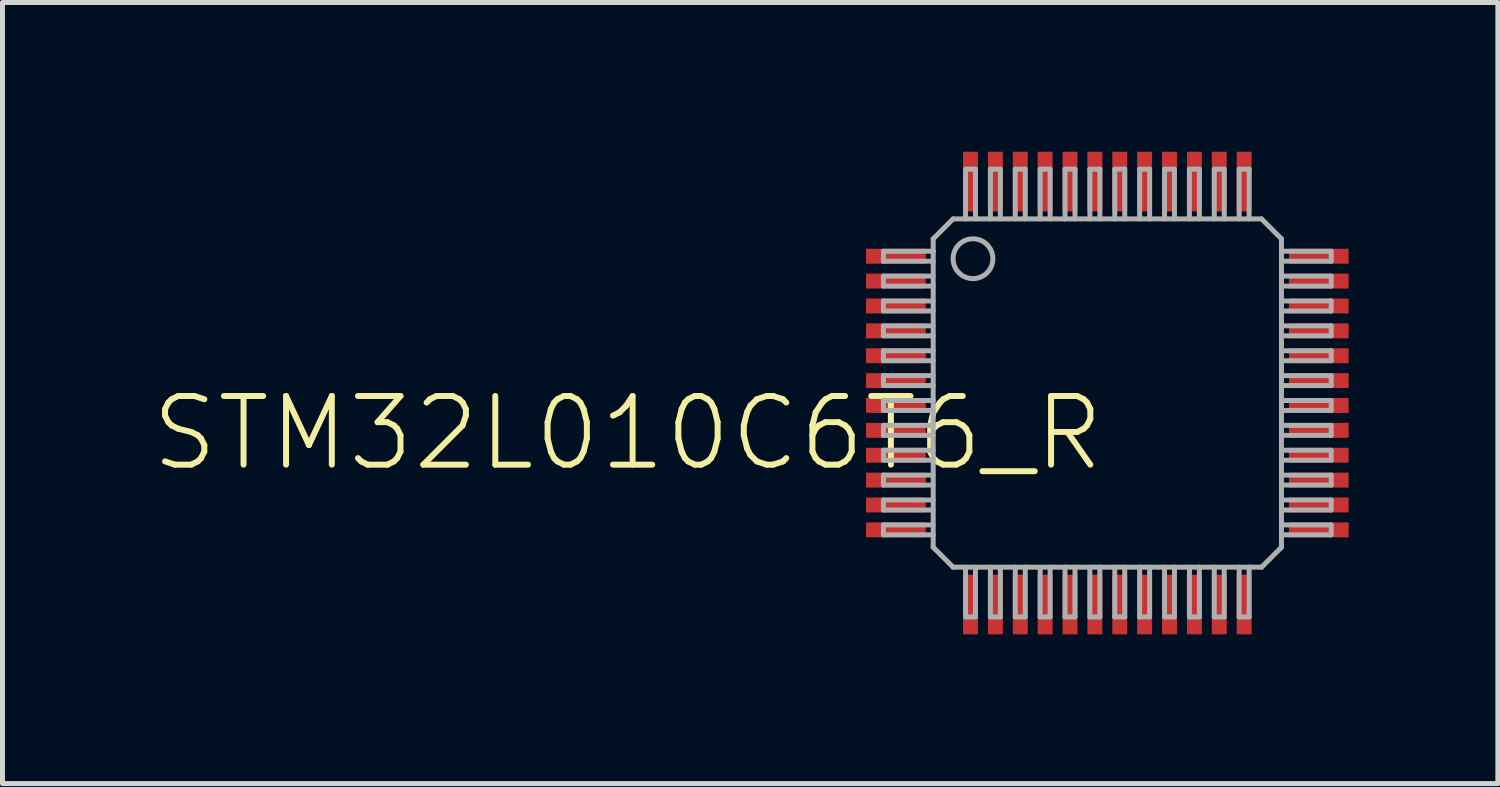
<source format=kicad_pcb>
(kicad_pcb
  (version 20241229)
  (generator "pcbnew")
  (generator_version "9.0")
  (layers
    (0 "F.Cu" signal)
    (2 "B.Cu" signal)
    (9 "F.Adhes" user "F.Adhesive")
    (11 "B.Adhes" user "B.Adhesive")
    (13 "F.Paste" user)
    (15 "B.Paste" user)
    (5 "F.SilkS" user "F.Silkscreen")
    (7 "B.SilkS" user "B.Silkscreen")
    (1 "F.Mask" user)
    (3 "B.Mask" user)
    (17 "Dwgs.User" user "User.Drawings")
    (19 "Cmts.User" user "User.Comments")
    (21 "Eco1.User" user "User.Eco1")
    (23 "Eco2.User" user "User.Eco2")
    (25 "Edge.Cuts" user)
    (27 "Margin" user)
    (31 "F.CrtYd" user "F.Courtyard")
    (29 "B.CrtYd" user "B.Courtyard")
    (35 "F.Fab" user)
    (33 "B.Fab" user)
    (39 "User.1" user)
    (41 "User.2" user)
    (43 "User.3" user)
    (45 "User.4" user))
  (footprint "STM32L010C6T6_R"
    (layer "F.Cu")
    (at 19.207 4.85)
    (property "Reference" "STM32L010C6T6_R" (at 0 0 0) (unlocked yes) (layer "F.SilkS") (effects (font (size 1.38 1.38) (thickness 0.12)) (justify right top)))
    (fp_line (start -4.5 -2.85) (end -4.5 -2.65) (stroke (width 0.1) (type solid)) (layer "F.Fab"))
    (fp_line (start -4.5 -2.65) (end -3.5 -2.65) (stroke (width 0.1) (type solid)) (layer "F.Fab"))
    (fp_line (start -4.5 -2.35) (end -4.5 -2.15) (stroke (width 0.1) (type solid)) (layer "F.Fab"))
    (fp_line (start -4.5 -2.15) (end -3.5 -2.15) (stroke (width 0.1) (type solid)) (layer "F.Fab"))
    (fp_line (start -4.5 -1.85) (end -4.5 -1.65) (stroke (width 0.1) (type solid)) (layer "F.Fab"))
    (fp_line (start -4.5 -1.65) (end -3.5 -1.65) (stroke (width 0.1) (type solid)) (layer "F.Fab"))
    (fp_line (start -4.5 -1.35) (end -4.5 -1.15) (stroke (width 0.1) (type solid)) (layer "F.Fab"))
    (fp_line (start -4.5 -1.15) (end -3.5 -1.15) (stroke (width 0.1) (type solid)) (layer "F.Fab"))
    (fp_line (start -4.5 -0.85) (end -4.5 -0.65) (stroke (width 0.1) (type solid)) (layer "F.Fab"))
    (fp_line (start -4.5 -0.65) (end -3.5 -0.65) (stroke (width 0.1) (type solid)) (layer "F.Fab"))
    (fp_line (start -4.5 -0.35) (end -4.5 -0.15) (stroke (width 0.1) (type solid)) (layer "F.Fab"))
    (fp_line (start -4.5 -0.15) (end -3.5 -0.15) (stroke (width 0.1) (type solid)) (layer "F.Fab"))
    (fp_line (start -4.5 0.15) (end -4.5 0.35) (stroke (width 0.1) (type solid)) (layer "F.Fab"))
    (fp_line (start -4.5 0.35) (end -3.5 0.35) (stroke (width 0.1) (type solid)) (layer "F.Fab"))
    (fp_line (start -4.5 0.65) (end -4.5 0.85) (stroke (width 0.1) (type solid)) (layer "F.Fab"))
    (fp_line (start -4.5 0.85) (end -3.5 0.85) (stroke (width 0.1) (type solid)) (layer "F.Fab"))
    (fp_line (start -4.5 1.15) (end -4.5 1.35) (stroke (width 0.1) (type solid)) (layer "F.Fab"))
    (fp_line (start -4.5 1.35) (end -3.5 1.35) (stroke (width 0.1) (type solid)) (layer "F.Fab"))
    (fp_line (start -4.5 1.65) (end -4.5 1.85) (stroke (width 0.1) (type solid)) (layer "F.Fab"))
    (fp_line (start -4.5 1.85) (end -3.5 1.85) (stroke (width 0.1) (type solid)) (layer "F.Fab"))
    (fp_line (start -4.5 2.15) (end -4.5 2.35) (stroke (width 0.1) (type solid)) (layer "F.Fab"))
    (fp_line (start -4.5 2.35) (end -3.5 2.35) (stroke (width 0.1) (type solid)) (layer "F.Fab"))
    (fp_line (start -4.5 2.65) (end -4.5 2.85) (stroke (width 0.1) (type solid)) (layer "F.Fab"))
    (fp_line (start -4.5 2.85) (end -3.5 2.85) (stroke (width 0.1) (type solid)) (layer "F.Fab"))
    (fp_line (start -3.5 -3.1) (end -3.1 -3.5) (stroke (width 0.1) (type solid)) (layer "F.Fab"))
    (fp_line (start -3.5 -2.85) (end -4.5 -2.85) (stroke (width 0.1) (type solid)) (layer "F.Fab"))
    (fp_line (start -3.5 -2.85) (end -3.5 -3.1) (stroke (width 0.1) (type solid)) (layer "F.Fab"))
    (fp_line (start -3.5 -2.65) (end -3.5 -2.85) (stroke (width 0.1) (type solid)) (layer "F.Fab"))
    (fp_line (start -3.5 -2.35) (end -4.5 -2.35) (stroke (width 0.1) (type solid)) (layer "F.Fab"))
    (fp_line (start -3.5 -1.85) (end -4.5 -1.85) (stroke (width 0.1) (type solid)) (layer "F.Fab"))
    (fp_line (start -3.5 -1.35) (end -4.5 -1.35) (stroke (width 0.1) (type solid)) (layer "F.Fab"))
    (fp_line (start -3.5 -0.85) (end -4.5 -0.85) (stroke (width 0.1) (type solid)) (layer "F.Fab"))
    (fp_line (start -3.5 -0.35) (end -4.5 -0.35) (stroke (width 0.1) (type solid)) (layer "F.Fab"))
    (fp_line (start -3.5 0.15) (end -4.5 0.15) (stroke (width 0.1) (type solid)) (layer "F.Fab"))
    (fp_line (start -3.5 0.65) (end -4.5 0.65) (stroke (width 0.1) (type solid)) (layer "F.Fab"))
    (fp_line (start -3.5 1.15) (end -4.5 1.15) (stroke (width 0.1) (type solid)) (layer "F.Fab"))
    (fp_line (start -3.5 1.65) (end -4.5 1.65) (stroke (width 0.1) (type solid)) (layer "F.Fab"))
    (fp_line (start -3.5 2.15) (end -4.5 2.15) (stroke (width 0.1) (type solid)) (layer "F.Fab"))
    (fp_line (start -3.5 2.65) (end -4.5 2.65) (stroke (width 0.1) (type solid)) (layer "F.Fab"))
    (fp_line (start -3.5 3.1) (end -3.5 -2.65) (stroke (width 0.1) (type solid)) (layer "F.Fab"))
    (fp_line (start -3.1 -3.5) (end 3.1 -3.5) (stroke (width 0.1) (type solid)) (layer "F.Fab"))
    (fp_line (start -3.1 3.5) (end -3.5 3.1) (stroke (width 0.1) (type solid)) (layer "F.Fab"))
    (fp_line (start -2.85 -4.5) (end -2.85 -3.5) (stroke (width 0.1) (type solid)) (layer "F.Fab"))
    (fp_line (start -2.85 3.5) (end -2.85 4.5) (stroke (width 0.1) (type solid)) (layer "F.Fab"))
    (fp_line (start -2.85 4.5) (end -2.65 4.5) (stroke (width 0.1) (type solid)) (layer "F.Fab"))
    (fp_line (start -2.65 -4.5) (end -2.85 -4.5) (stroke (width 0.1) (type solid)) (layer "F.Fab"))
    (fp_line (start -2.65 -3.5) (end -2.65 -4.5) (stroke (width 0.1) (type solid)) (layer "F.Fab"))
    (fp_line (start -2.65 4.5) (end -2.65 3.5) (stroke (width 0.1) (type solid)) (layer "F.Fab"))
    (fp_line (start -2.35 -4.5) (end -2.35 -3.5) (stroke (width 0.1) (type solid)) (layer "F.Fab"))
    (fp_line (start -2.35 3.5) (end -2.35 4.5) (stroke (width 0.1) (type solid)) (layer "F.Fab"))
    (fp_line (start -2.35 4.5) (end -2.15 4.5) (stroke (width 0.1) (type solid)) (layer "F.Fab"))
    (fp_line (start -2.15 -4.5) (end -2.35 -4.5) (stroke (width 0.1) (type solid)) (layer "F.Fab"))
    (fp_line (start -2.15 -3.5) (end -2.15 -4.5) (stroke (width 0.1) (type solid)) (layer "F.Fab"))
    (fp_line (start -2.15 4.5) (end -2.15 3.5) (stroke (width 0.1) (type solid)) (layer "F.Fab"))
    (fp_line (start -1.85 -4.5) (end -1.85 -3.5) (stroke (width 0.1) (type solid)) (layer "F.Fab"))
    (fp_line (start -1.85 3.5) (end -1.85 4.5) (stroke (width 0.1) (type solid)) (layer "F.Fab"))
    (fp_line (start -1.85 4.5) (end -1.65 4.5) (stroke (width 0.1) (type solid)) (layer "F.Fab"))
    (fp_line (start -1.65 -4.5) (end -1.85 -4.5) (stroke (width 0.1) (type solid)) (layer "F.Fab"))
    (fp_line (start -1.65 -3.5) (end -1.65 -4.5) (stroke (width 0.1) (type solid)) (layer "F.Fab"))
    (fp_line (start -1.65 4.5) (end -1.65 3.5) (stroke (width 0.1) (type solid)) (layer "F.Fab"))
    (fp_line (start -1.35 -4.5) (end -1.35 -3.5) (stroke (width 0.1) (type solid)) (layer "F.Fab"))
    (fp_line (start -1.35 3.5) (end -1.35 4.5) (stroke (width 0.1) (type solid)) (layer "F.Fab"))
    (fp_line (start -1.35 4.5) (end -1.15 4.5) (stroke (width 0.1) (type solid)) (layer "F.Fab"))
    (fp_line (start -1.15 -4.5) (end -1.35 -4.5) (stroke (width 0.1) (type solid)) (layer "F.Fab"))
    (fp_line (start -1.15 -3.5) (end -1.15 -4.5) (stroke (width 0.1) (type solid)) (layer "F.Fab"))
    (fp_line (start -1.15 4.5) (end -1.15 3.5) (stroke (width 0.1) (type solid)) (layer "F.Fab"))
    (fp_line (start -0.85 -4.5) (end -0.85 -3.5) (stroke (width 0.1) (type solid)) (layer "F.Fab"))
    (fp_line (start -0.85 3.5) (end -0.85 4.5) (stroke (width 0.1) (type solid)) (layer "F.Fab"))
    (fp_line (start -0.85 4.5) (end -0.65 4.5) (stroke (width 0.1) (type solid)) (layer "F.Fab"))
    (fp_line (start -0.65 -4.5) (end -0.85 -4.5) (stroke (width 0.1) (type solid)) (layer "F.Fab"))
    (fp_line (start -0.65 -3.5) (end -0.65 -4.5) (stroke (width 0.1) (type solid)) (layer "F.Fab"))
    (fp_line (start -0.65 4.5) (end -0.65 3.5) (stroke (width 0.1) (type solid)) (layer "F.Fab"))
    (fp_line (start -0.35 -4.5) (end -0.35 -3.5) (stroke (width 0.1) (type solid)) (layer "F.Fab"))
    (fp_line (start -0.35 3.5) (end -0.35 4.5) (stroke (width 0.1) (type solid)) (layer "F.Fab"))
    (fp_line (start -0.35 4.5) (end -0.15 4.5) (stroke (width 0.1) (type solid)) (layer "F.Fab"))
    (fp_line (start -0.15 -4.5) (end -0.35 -4.5) (stroke (width 0.1) (type solid)) (layer "F.Fab"))
    (fp_line (start -0.15 -3.5) (end -0.15 -4.5) (stroke (width 0.1) (type solid)) (layer "F.Fab"))
    (fp_line (start -0.15 4.5) (end -0.15 3.5) (stroke (width 0.1) (type solid)) (layer "F.Fab"))
    (fp_line (start 0.15 -4.5) (end 0.15 -3.5) (stroke (width 0.1) (type solid)) (layer "F.Fab"))
    (fp_line (start 0.15 3.5) (end 0.15 4.5) (stroke (width 0.1) (type solid)) (layer "F.Fab"))
    (fp_line (start 0.15 4.5) (end 0.35 4.5) (stroke (width 0.1) (type solid)) (layer "F.Fab"))
    (fp_line (start 0.35 -4.5) (end 0.15 -4.5) (stroke (width 0.1) (type solid)) (layer "F.Fab"))
    (fp_line (start 0.35 -3.5) (end 0.35 -4.5) (stroke (width 0.1) (type solid)) (layer "F.Fab"))
    (fp_line (start 0.35 4.5) (end 0.35 3.5) (stroke (width 0.1) (type solid)) (layer "F.Fab"))
    (fp_line (start 0.65 -4.5) (end 0.65 -3.5) (stroke (width 0.1) (type solid)) (layer "F.Fab"))
    (fp_line (start 0.65 3.5) (end 0.65 4.5) (stroke (width 0.1) (type solid)) (layer "F.Fab"))
    (fp_line (start 0.65 4.5) (end 0.85 4.5) (stroke (width 0.1) (type solid)) (layer "F.Fab"))
    (fp_line (start 0.85 -4.5) (end 0.65 -4.5) (stroke (width 0.1) (type solid)) (layer "F.Fab"))
    (fp_line (start 0.85 -3.5) (end 0.85 -4.5) (stroke (width 0.1) (type solid)) (layer "F.Fab"))
    (fp_line (start 0.85 4.5) (end 0.85 3.5) (stroke (width 0.1) (type solid)) (layer "F.Fab"))
    (fp_line (start 1.15 -4.5) (end 1.15 -3.5) (stroke (width 0.1) (type solid)) (layer "F.Fab"))
    (fp_line (start 1.15 3.5) (end 1.15 4.5) (stroke (width 0.1) (type solid)) (layer "F.Fab"))
    (fp_line (start 1.15 4.5) (end 1.35 4.5) (stroke (width 0.1) (type solid)) (layer "F.Fab"))
    (fp_line (start 1.35 -4.5) (end 1.15 -4.5) (stroke (width 0.1) (type solid)) (layer "F.Fab"))
    (fp_line (start 1.35 -3.5) (end 1.35 -4.5) (stroke (width 0.1) (type solid)) (layer "F.Fab"))
    (fp_line (start 1.35 4.5) (end 1.35 3.5) (stroke (width 0.1) (type solid)) (layer "F.Fab"))
    (fp_line (start 1.65 -4.5) (end 1.65 -3.5) (stroke (width 0.1) (type solid)) (layer "F.Fab"))
    (fp_line (start 1.65 3.5) (end 1.65 4.5) (stroke (width 0.1) (type solid)) (layer "F.Fab"))
    (fp_line (start 1.65 4.5) (end 1.85 4.5) (stroke (width 0.1) (type solid)) (layer "F.Fab"))
    (fp_line (start 1.85 -4.5) (end 1.65 -4.5) (stroke (width 0.1) (type solid)) (layer "F.Fab"))
    (fp_line (start 1.85 -3.5) (end 1.85 -4.5) (stroke (width 0.1) (type solid)) (layer "F.Fab"))
    (fp_line (start 1.85 4.5) (end 1.85 3.5) (stroke (width 0.1) (type solid)) (layer "F.Fab"))
    (fp_line (start 2.15 -4.5) (end 2.15 -3.5) (stroke (width 0.1) (type solid)) (layer "F.Fab"))
    (fp_line (start 2.15 3.5) (end 2.15 4.5) (stroke (width 0.1) (type solid)) (layer "F.Fab"))
    (fp_line (start 2.15 4.5) (end 2.35 4.5) (stroke (width 0.1) (type solid)) (layer "F.Fab"))
    (fp_line (start 2.35 -4.5) (end 2.15 -4.5) (stroke (width 0.1) (type solid)) (layer "F.Fab"))
    (fp_line (start 2.35 -3.5) (end 2.35 -4.5) (stroke (width 0.1) (type solid)) (layer "F.Fab"))
    (fp_line (start 2.35 4.5) (end 2.35 3.5) (stroke (width 0.1) (type solid)) (layer "F.Fab"))
    (fp_line (start 2.65 -4.5) (end 2.65 -3.5) (stroke (width 0.1) (type solid)) (layer "F.Fab"))
    (fp_line (start 2.65 3.5) (end 2.65 4.5) (stroke (width 0.1) (type solid)) (layer "F.Fab"))
    (fp_line (start 2.65 4.5) (end 2.85 4.5) (stroke (width 0.1) (type solid)) (layer "F.Fab"))
    (fp_line (start 2.85 -4.5) (end 2.65 -4.5) (stroke (width 0.1) (type solid)) (layer "F.Fab"))
    (fp_line (start 2.85 -3.5) (end 2.85 -4.5) (stroke (width 0.1) (type solid)) (layer "F.Fab"))
    (fp_line (start 2.85 4.5) (end 2.85 3.5) (stroke (width 0.1) (type solid)) (layer "F.Fab"))
    (fp_line (start 3.1 3.5) (end -3.1 3.5) (stroke (width 0.1) (type solid)) (layer "F.Fab"))
    (fp_line (start 3.5 -3.1) (end 3.1 -3.5) (stroke (width 0.1) (type solid)) (layer "F.Fab"))
    (fp_line (start 3.5 -3.1) (end 3.5 3.1) (stroke (width 0.1) (type solid)) (layer "F.Fab"))
    (fp_line (start 3.5 -2.65) (end 4.5 -2.65) (stroke (width 0.1) (type solid)) (layer "F.Fab"))
    (fp_line (start 3.5 -2.15) (end 4.5 -2.15) (stroke (width 0.1) (type solid)) (layer "F.Fab"))
    (fp_line (start 3.5 -1.65) (end 4.5 -1.65) (stroke (width 0.1) (type solid)) (layer "F.Fab"))
    (fp_line (start 3.5 -1.15) (end 4.5 -1.15) (stroke (width 0.1) (type solid)) (layer "F.Fab"))
    (fp_line (start 3.5 -0.65) (end 4.5 -0.65) (stroke (width 0.1) (type solid)) (layer "F.Fab"))
    (fp_line (start 3.5 -0.15) (end 4.5 -0.15) (stroke (width 0.1) (type solid)) (layer "F.Fab"))
    (fp_line (start 3.5 0.35) (end 4.5 0.35) (stroke (width 0.1) (type solid)) (layer "F.Fab"))
    (fp_line (start 3.5 0.85) (end 4.5 0.85) (stroke (width 0.1) (type solid)) (layer "F.Fab"))
    (fp_line (start 3.5 1.35) (end 4.5 1.35) (stroke (width 0.1) (type solid)) (layer "F.Fab"))
    (fp_line (start 3.5 1.85) (end 4.5 1.85) (stroke (width 0.1) (type solid)) (layer "F.Fab"))
    (fp_line (start 3.5 2.35) (end 4.5 2.35) (stroke (width 0.1) (type solid)) (layer "F.Fab"))
    (fp_line (start 3.5 2.85) (end 4.5 2.85) (stroke (width 0.1) (type solid)) (layer "F.Fab"))
    (fp_line (start 3.5 3.1) (end 3.1 3.5) (stroke (width 0.1) (type solid)) (layer "F.Fab"))
    (fp_line (start 4.5 -2.85) (end 3.5 -2.85) (stroke (width 0.1) (type solid)) (layer "F.Fab"))
    (fp_line (start 4.5 -2.65) (end 4.5 -2.85) (stroke (width 0.1) (type solid)) (layer "F.Fab"))
    (fp_line (start 4.5 -2.35) (end 3.5 -2.35) (stroke (width 0.1) (type solid)) (layer "F.Fab"))
    (fp_line (start 4.5 -2.15) (end 4.5 -2.35) (stroke (width 0.1) (type solid)) (layer "F.Fab"))
    (fp_line (start 4.5 -1.85) (end 3.5 -1.85) (stroke (width 0.1) (type solid)) (layer "F.Fab"))
    (fp_line (start 4.5 -1.65) (end 4.5 -1.85) (stroke (width 0.1) (type solid)) (layer "F.Fab"))
    (fp_line (start 4.5 -1.35) (end 3.5 -1.35) (stroke (width 0.1) (type solid)) (layer "F.Fab"))
    (fp_line (start 4.5 -1.15) (end 4.5 -1.35) (stroke (width 0.1) (type solid)) (layer "F.Fab"))
    (fp_line (start 4.5 -0.85) (end 3.5 -0.85) (stroke (width 0.1) (type solid)) (layer "F.Fab"))
    (fp_line (start 4.5 -0.65) (end 4.5 -0.85) (stroke (width 0.1) (type solid)) (layer "F.Fab"))
    (fp_line (start 4.5 -0.35) (end 3.5 -0.35) (stroke (width 0.1) (type solid)) (layer "F.Fab"))
    (fp_line (start 4.5 -0.15) (end 4.5 -0.35) (stroke (width 0.1) (type solid)) (layer "F.Fab"))
    (fp_line (start 4.5 0.15) (end 3.5 0.15) (stroke (width 0.1) (type solid)) (layer "F.Fab"))
    (fp_line (start 4.5 0.35) (end 4.5 0.15) (stroke (width 0.1) (type solid)) (layer "F.Fab"))
    (fp_line (start 4.5 0.65) (end 3.5 0.65) (stroke (width 0.1) (type solid)) (layer "F.Fab"))
    (fp_line (start 4.5 0.85) (end 4.5 0.65) (stroke (width 0.1) (type solid)) (layer "F.Fab"))
    (fp_line (start 4.5 1.15) (end 3.5 1.15) (stroke (width 0.1) (type solid)) (layer "F.Fab"))
    (fp_line (start 4.5 1.35) (end 4.5 1.15) (stroke (width 0.1) (type solid)) (layer "F.Fab"))
    (fp_line (start 4.5 1.65) (end 3.5 1.65) (stroke (width 0.1) (type solid)) (layer "F.Fab"))
    (fp_line (start 4.5 1.85) (end 4.5 1.65) (stroke (width 0.1) (type solid)) (layer "F.Fab"))
    (fp_line (start 4.5 2.15) (end 3.5 2.15) (stroke (width 0.1) (type solid)) (layer "F.Fab"))
    (fp_line (start 4.5 2.35) (end 4.5 2.15) (stroke (width 0.1) (type solid)) (layer "F.Fab"))
    (fp_line (start 4.5 2.65) (end 3.5 2.65) (stroke (width 0.1) (type solid)) (layer "F.Fab"))
    (fp_line (start 4.5 2.85) (end 4.5 2.65) (stroke (width 0.1) (type solid)) (layer "F.Fab"))
    (fp_circle (center -2.7 -2.7) (end -2.3 -2.7) (stroke (width 0.1) (type solid)) (fill no) (layer "F.Fab"))
    (pad "1" smd rect (at -4.25 -2.75 270) (size 0.3 1.2) (layers "F.Cu" "F.Mask" "F.Paste"))
    (pad "2" smd rect (at -4.25 -2.25 270) (size 0.3 1.2) (layers "F.Cu" "F.Mask" "F.Paste"))
    (pad "3" smd rect (at -4.25 -1.75 270) (size 0.3 1.2) (layers "F.Cu" "F.Mask" "F.Paste"))
    (pad "4" smd rect (at -4.25 -1.25 270) (size 0.3 1.2) (layers "F.Cu" "F.Mask" "F.Paste"))
    (pad "5" smd rect (at -4.25 -0.75 270) (size 0.3 1.2) (layers "F.Cu" "F.Mask" "F.Paste"))
    (pad "6" smd rect (at -4.25 -0.25 270) (size 0.3 1.2) (layers "F.Cu" "F.Mask" "F.Paste"))
    (pad "7" smd rect (at -4.25 0.25 270) (size 0.3 1.2) (layers "F.Cu" "F.Mask" "F.Paste"))
    (pad "8" smd rect (at -4.25 0.75 270) (size 0.3 1.2) (layers "F.Cu" "F.Mask" "F.Paste"))
    (pad "9" smd rect (at -4.25 1.25 270) (size 0.3 1.2) (layers "F.Cu" "F.Mask" "F.Paste"))
    (pad "10" smd rect (at -4.25 1.75 270) (size 0.3 1.2) (layers "F.Cu" "F.Mask" "F.Paste"))
    (pad "11" smd rect (at -4.25 2.25 270) (size 0.3 1.2) (layers "F.Cu" "F.Mask" "F.Paste"))
    (pad "12" smd rect (at -4.25 2.75 270) (size 0.3 1.2) (layers "F.Cu" "F.Mask" "F.Paste"))
    (pad "13" smd rect (at -2.75 4.25 270) (size 1.2 0.3) (layers "F.Cu" "F.Mask" "F.Paste"))
    (pad "14" smd rect (at -2.25 4.25 270) (size 1.2 0.3) (layers "F.Cu" "F.Mask" "F.Paste"))
    (pad "15" smd rect (at -1.75 4.25 270) (size 1.2 0.3) (layers "F.Cu" "F.Mask" "F.Paste"))
    (pad "16" smd rect (at -1.25 4.25 270) (size 1.2 0.3) (layers "F.Cu" "F.Mask" "F.Paste"))
    (pad "17" smd rect (at -0.75 4.25 270) (size 1.2 0.3) (layers "F.Cu" "F.Mask" "F.Paste"))
    (pad "18" smd rect (at -0.25 4.25 270) (size 1.2 0.3) (layers "F.Cu" "F.Mask" "F.Paste"))
    (pad "19" smd rect (at 0.25 4.25 270) (size 1.2 0.3) (layers "F.Cu" "F.Mask" "F.Paste"))
    (pad "20" smd rect (at 0.75 4.25 270) (size 1.2 0.3) (layers "F.Cu" "F.Mask" "F.Paste"))
    (pad "21" smd rect (at 1.25 4.25 270) (size 1.2 0.3) (layers "F.Cu" "F.Mask" "F.Paste"))
    (pad "22" smd rect (at 1.75 4.25 270) (size 1.2 0.3) (layers "F.Cu" "F.Mask" "F.Paste"))
    (pad "23" smd rect (at 2.25 4.25 270) (size 1.2 0.3) (layers "F.Cu" "F.Mask" "F.Paste"))
    (pad "24" smd rect (at 2.75 4.25 270) (size 1.2 0.3) (layers "F.Cu" "F.Mask" "F.Paste"))
    (pad "25" smd rect (at 4.25 2.75 270) (size 0.3 1.2) (layers "F.Cu" "F.Mask" "F.Paste"))
    (pad "26" smd rect (at 4.25 2.25 270) (size 0.3 1.2) (layers "F.Cu" "F.Mask" "F.Paste"))
    (pad "27" smd rect (at 4.25 1.75 270) (size 0.3 1.2) (layers "F.Cu" "F.Mask" "F.Paste"))
    (pad "28" smd rect (at 4.25 1.25 270) (size 0.3 1.2) (layers "F.Cu" "F.Mask" "F.Paste"))
    (pad "29" smd rect (at 4.25 0.75 270) (size 0.3 1.2) (layers "F.Cu" "F.Mask" "F.Paste"))
    (pad "30" smd rect (at 4.25 0.25 270) (size 0.3 1.2) (layers "F.Cu" "F.Mask" "F.Paste"))
    (pad "31" smd rect (at 4.25 -0.25 270) (size 0.3 1.2) (layers "F.Cu" "F.Mask" "F.Paste"))
    (pad "32" smd rect (at 4.25 -0.75 270) (size 0.3 1.2) (layers "F.Cu" "F.Mask" "F.Paste"))
    (pad "33" smd rect (at 4.25 -1.25 270) (size 0.3 1.2) (layers "F.Cu" "F.Mask" "F.Paste"))
    (pad "34" smd rect (at 4.25 -1.75 270) (size 0.3 1.2) (layers "F.Cu" "F.Mask" "F.Paste"))
    (pad "35" smd rect (at 4.25 -2.25 270) (size 0.3 1.2) (layers "F.Cu" "F.Mask" "F.Paste"))
    (pad "36" smd rect (at 4.25 -2.75 270) (size 0.3 1.2) (layers "F.Cu" "F.Mask" "F.Paste"))
    (pad "37" smd rect (at 2.75 -4.25 270) (size 1.2 0.3) (layers "F.Cu" "F.Mask" "F.Paste"))
    (pad "38" smd rect (at 2.25 -4.25 270) (size 1.2 0.3) (layers "F.Cu" "F.Mask" "F.Paste"))
    (pad "39" smd rect (at 1.75 -4.25 270) (size 1.2 0.3) (layers "F.Cu" "F.Mask" "F.Paste"))
    (pad "40" smd rect (at 1.25 -4.25 270) (size 1.2 0.3) (layers "F.Cu" "F.Mask" "F.Paste"))
    (pad "41" smd rect (at 0.75 -4.25 270) (size 1.2 0.3) (layers "F.Cu" "F.Mask" "F.Paste"))
    (pad "42" smd rect (at 0.25 -4.25 270) (size 1.2 0.3) (layers "F.Cu" "F.Mask" "F.Paste"))
    (pad "43" smd rect (at -0.25 -4.25 270) (size 1.2 0.3) (layers "F.Cu" "F.Mask" "F.Paste"))
    (pad "44" smd rect (at -0.75 -4.25 270) (size 1.2 0.3) (layers "F.Cu" "F.Mask" "F.Paste"))
    (pad "45" smd rect (at -1.25 -4.25 270) (size 1.2 0.3) (layers "F.Cu" "F.Mask" "F.Paste"))
    (pad "46" smd rect (at -1.75 -4.25 270) (size 1.2 0.3) (layers "F.Cu" "F.Mask" "F.Paste"))
    (pad "47" smd rect (at -2.25 -4.25 270) (size 1.2 0.3) (layers "F.Cu" "F.Mask" "F.Paste"))
    (pad "48" smd rect (at -2.75 -4.25 270) (size 1.2 0.3) (layers "F.Cu" "F.Mask" "F.Paste")))
  (gr_rect
    (start -3 -3)
    (end 27.057 12.7)
    (stroke (width 0.1) (type default))
    (fill no)
    (layer "Edge.Cuts")))
</source>
